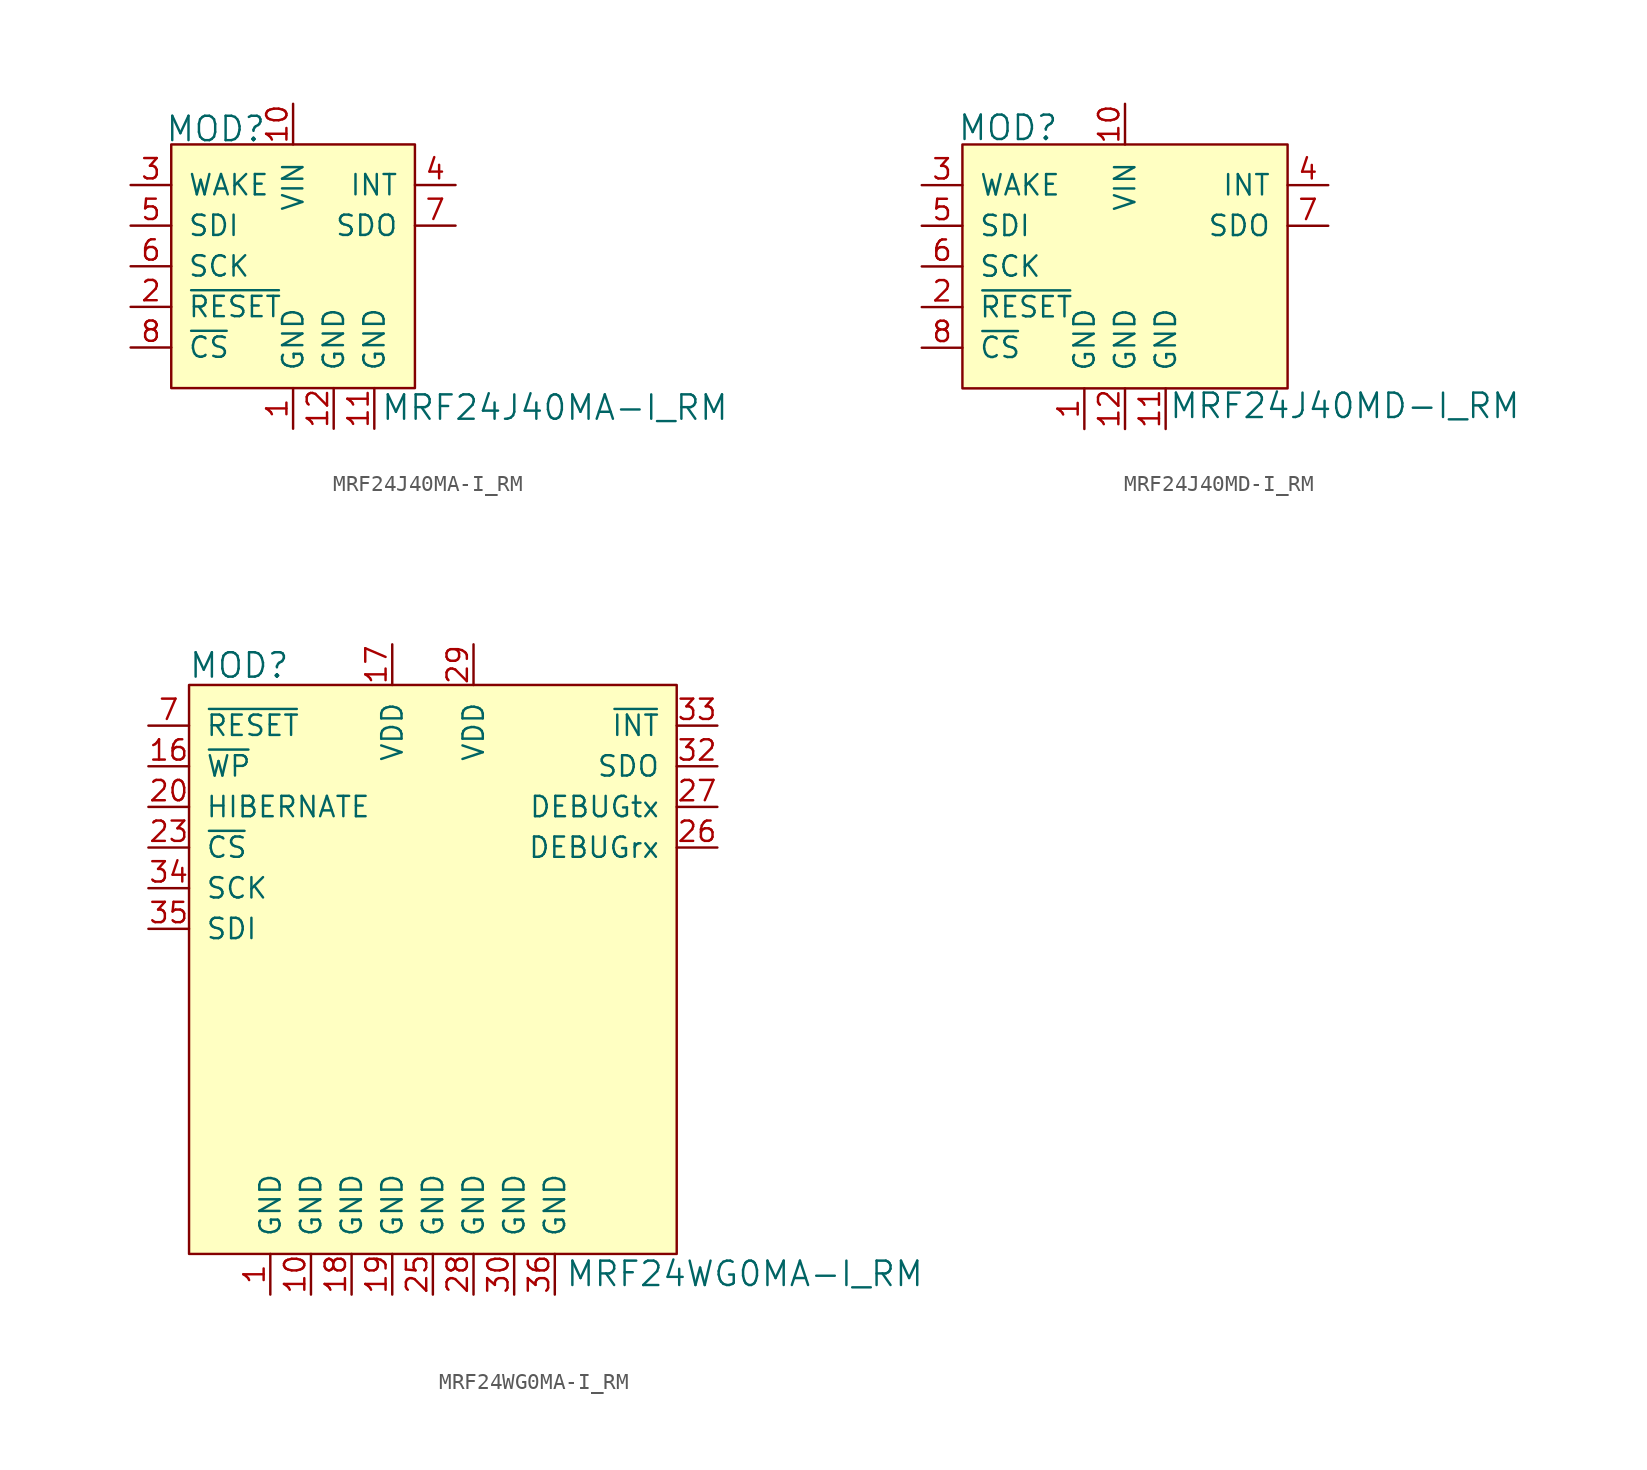
<source format=kicad_sym>
(kicad_symbol_lib
  (version 20201005)
  (generator kicad_symbol_editor)
  (symbol "MRF24J40MA-I_RM"
    (pin_names
      (offset 1.016))
    (property "Reference" "MOD"
      (at -1.651 8.585 0)
      (effects (font (size 1.524 1.524)) (justify right)))
    (property "Value" "MRF24J40MA-I_RM"
      (at 5.461 -8.839 0)
      (effects (font (size 1.524 1.524)) (justify left)))
    (symbol "MRF24J40MA-I_RM_0_1"
      (rectangle (start -7.62 7.62) (end 7.62 -7.62) (stroke (width 0)) (fill (type background))))
    (symbol "MRF24J40MA-I_RM_1_1"
      (pin power_in line (at 0 -10.16 90) (length 2.54) (name "GND" (effects (font (size 1.27 1.27)))) (number "1" (effects (font (size 1.27 1.27)))))
      (pin input line (at -10.16 -2.54 0) (length 2.54) (name "~RESET" (effects (font (size 1.27 1.27)))) (number "2" (effects (font (size 1.27 1.27)))))
      (pin input line (at -10.16 5.08 0) (length 2.54) (name "WAKE" (effects (font (size 1.27 1.27)))) (number "3" (effects (font (size 1.27 1.27)))))
      (pin output line (at 10.16 5.08 180) (length 2.54) (name "INT" (effects (font (size 1.27 1.27)))) (number "4" (effects (font (size 1.27 1.27)))))
      (pin input line (at -10.16 2.54 0) (length 2.54) (name "SDI" (effects (font (size 1.27 1.27)))) (number "5" (effects (font (size 1.27 1.27)))))
      (pin input line (at -10.16 0 0) (length 2.54) (name "SCK" (effects (font (size 1.27 1.27)))) (number "6" (effects (font (size 1.27 1.27)))))
      (pin output line (at 10.16 2.54 180) (length 2.54) (name "SDO" (effects (font (size 1.27 1.27)))) (number "7" (effects (font (size 1.27 1.27)))))
      (pin input line (at -10.16 -5.08 0) (length 2.54) (name "~CS" (effects (font (size 1.27 1.27)))) (number "8" (effects (font (size 1.27 1.27)))))
      (pin no_connect line (at 7.62 0 180) (length 2.54) hide (name "NC" (effects (font (size 1.27 1.27)))) (number "9" (effects (font (size 1.27 1.27)))))
      (pin power_in line (at 0 10.16 270) (length 2.54) (name "VIN" (effects (font (size 1.27 1.27)))) (number "10" (effects (font (size 1.27 1.27)))))
      (pin power_in line (at 5.08 -10.16 90) (length 2.54) (name "GND" (effects (font (size 1.27 1.27)))) (number "11" (effects (font (size 1.27 1.27)))))
      (pin power_in line (at 2.54 -10.16 90) (length 2.54) (name "GND" (effects (font (size 1.27 1.27)))) (number "12" (effects (font (size 1.27 1.27)))))))
  (symbol "MRF24J40MD-I_RM"
    (pin_names
      (offset 1.016))
    (property "Reference" "MOD"
      (at -10.49 8.661 0)
      (effects (font (size 1.524 1.524)) (justify left)))
    (property "Value" "MRF24J40MD-I_RM"
      (at 2.718 -8.712 0)
      (effects (font (size 1.524 1.524)) (justify left)))
    (symbol "MRF24J40MD-I_RM_0_1"
      (rectangle (start -10.16 7.62) (end 10.16 -7.62) (stroke (width 0)) (fill (type background))))
    (symbol "MRF24J40MD-I_RM_1_1"
      (pin power_in line (at -2.54 -10.16 90) (length 2.54) (name "GND" (effects (font (size 1.27 1.27)))) (number "1" (effects (font (size 1.27 1.27)))))
      (pin input line (at -12.7 -2.54 0) (length 2.54) (name "~RESET" (effects (font (size 1.27 1.27)))) (number "2" (effects (font (size 1.27 1.27)))))
      (pin input line (at -12.7 5.08 0) (length 2.54) (name "WAKE" (effects (font (size 1.27 1.27)))) (number "3" (effects (font (size 1.27 1.27)))))
      (pin output line (at 12.7 5.08 180) (length 2.54) (name "INT" (effects (font (size 1.27 1.27)))) (number "4" (effects (font (size 1.27 1.27)))))
      (pin input line (at -12.7 2.54 0) (length 2.54) (name "SDI" (effects (font (size 1.27 1.27)))) (number "5" (effects (font (size 1.27 1.27)))))
      (pin input line (at -12.7 0 0) (length 2.54) (name "SCK" (effects (font (size 1.27 1.27)))) (number "6" (effects (font (size 1.27 1.27)))))
      (pin output line (at 12.7 2.54 180) (length 2.54) (name "SDO" (effects (font (size 1.27 1.27)))) (number "7" (effects (font (size 1.27 1.27)))))
      (pin input line (at -12.7 -5.08 0) (length 2.54) (name "~CS" (effects (font (size 1.27 1.27)))) (number "8" (effects (font (size 1.27 1.27)))))
      (pin no_connect line (at 10.16 0 180) (length 2.54) hide (name "NC" (effects (font (size 1.27 1.27)))) (number "9" (effects (font (size 1.27 1.27)))))
      (pin power_in line (at 0 10.16 270) (length 2.54) (name "VIN" (effects (font (size 1.27 1.27)))) (number "10" (effects (font (size 1.27 1.27)))))
      (pin power_in line (at 2.54 -10.16 90) (length 2.54) (name "GND" (effects (font (size 1.27 1.27)))) (number "11" (effects (font (size 1.27 1.27)))))
      (pin power_in line (at 0 -10.16 90) (length 2.54) (name "GND" (effects (font (size 1.27 1.27)))) (number "12" (effects (font (size 1.27 1.27)))))))
  (symbol "MRF24WG0MA-I_RM"
    (pin_names
      (offset 1.016))
    (property "Reference" "MOD"
      (at -15.291 18.999 0)
      (effects (font (size 1.524 1.524)) (justify left)))
    (property "Value" "MRF24WG0MA-I_RM"
      (at 8.255 -19.025 0)
      (effects (font (size 1.524 1.524)) (justify left)))
    (symbol "MRF24WG0MA-I_RM_0_1"
      (rectangle (start -15.24 17.78) (end 15.24 -17.78) (stroke (width 0)) (fill (type background))))
    (symbol "MRF24WG0MA-I_RM_1_1"
      (pin power_in line (at -10.16 -20.32 90) (length 2.54) (name "GND" (effects (font (size 1.27 1.27)))) (number "1" (effects (font (size 1.27 1.27)))))
      (pin no_connect line (at -15.24 0 0) (length 2.54) hide (name "N.C." (effects (font (size 1.27 1.27)))) (number "2" (effects (font (size 1.27 1.27)))))
      (pin no_connect line (at -15.24 -2.54 0) (length 2.54) hide (name "N.C." (effects (font (size 1.27 1.27)))) (number "3" (effects (font (size 1.27 1.27)))))
      (pin no_connect line (at -15.24 -5.08 0) (length 2.54) hide (name "N.C." (effects (font (size 1.27 1.27)))) (number "4" (effects (font (size 1.27 1.27)))))
      (pin no_connect line (at -15.24 -7.62 0) (length 2.54) hide (name "N.C." (effects (font (size 1.27 1.27)))) (number "5" (effects (font (size 1.27 1.27)))))
      (pin no_connect line (at -15.24 -10.16 0) (length 2.54) hide (name "N.C." (effects (font (size 1.27 1.27)))) (number "6" (effects (font (size 1.27 1.27)))))
      (pin input line (at -17.78 15.24 0) (length 2.54) (name "~RESET" (effects (font (size 1.27 1.27)))) (number "7" (effects (font (size 1.27 1.27)))))
      (pin no_connect line (at -15.24 -12.7 0) (length 2.54) hide (name "N.C." (effects (font (size 1.27 1.27)))) (number "8" (effects (font (size 1.27 1.27)))))
      (pin no_connect line (at -15.24 -15.24 0) (length 2.54) hide (name "N.C." (effects (font (size 1.27 1.27)))) (number "9" (effects (font (size 1.27 1.27)))))
      (pin power_in line (at -7.62 -20.32 90) (length 2.54) (name "GND" (effects (font (size 1.27 1.27)))) (number "10" (effects (font (size 1.27 1.27)))))
      (pin input line (at -17.78 10.16 0) (length 2.54) (name "HIBERNATE" (effects (font (size 1.27 1.27)))) (number "20" (effects (font (size 1.27 1.27)))))
      (pin power_in line (at 5.08 -20.32 90) (length 2.54) (name "GND" (effects (font (size 1.27 1.27)))) (number "30" (effects (font (size 1.27 1.27)))))
      (pin no_connect line (at 15.24 5.08 180) (length 2.54) hide (name "N.C." (effects (font (size 1.27 1.27)))) (number "11" (effects (font (size 1.27 1.27)))))
      (pin no_connect line (at 15.24 -15.24 180) (length 2.54) hide (name "N.C." (effects (font (size 1.27 1.27)))) (number "21" (effects (font (size 1.27 1.27)))))
      (pin no_connect line (at 15.24 -7.62 180) (length 2.54) hide (name "N.C." (effects (font (size 1.27 1.27)))) (number "31" (effects (font (size 1.27 1.27)))))
      (pin no_connect line (at 15.24 2.54 180) (length 2.54) hide (name "N.C." (effects (font (size 1.27 1.27)))) (number "12" (effects (font (size 1.27 1.27)))))
      (pin no_connect line (at 15.24 -12.7 180) (length 2.54) hide (name "N.C." (effects (font (size 1.27 1.27)))) (number "22" (effects (font (size 1.27 1.27)))))
      (pin output line (at 17.78 12.7 180) (length 2.54) (name "SDO" (effects (font (size 1.27 1.27)))) (number "32" (effects (font (size 1.27 1.27)))))
      (pin no_connect line (at 15.24 0 180) (length 2.54) hide (name "N.C." (effects (font (size 1.27 1.27)))) (number "13" (effects (font (size 1.27 1.27)))))
      (pin input line (at -17.78 7.62 0) (length 2.54) (name "~CS" (effects (font (size 1.27 1.27)))) (number "23" (effects (font (size 1.27 1.27)))))
      (pin output line (at 17.78 15.24 180) (length 2.54) (name "~INT" (effects (font (size 1.27 1.27)))) (number "33" (effects (font (size 1.27 1.27)))))
      (pin no_connect line (at 15.24 -2.54 180) (length 2.54) hide (name "N.C." (effects (font (size 1.27 1.27)))) (number "14" (effects (font (size 1.27 1.27)))))
      (pin no_connect line (at 15.24 -10.16 180) (length 2.54) hide (name "N.C." (effects (font (size 1.27 1.27)))) (number "24" (effects (font (size 1.27 1.27)))))
      (pin input line (at -17.78 5.08 0) (length 2.54) (name "SCK" (effects (font (size 1.27 1.27)))) (number "34" (effects (font (size 1.27 1.27)))))
      (pin no_connect line (at 15.24 -5.08 180) (length 2.54) hide (name "N.C." (effects (font (size 1.27 1.27)))) (number "15" (effects (font (size 1.27 1.27)))))
      (pin power_in line (at 0 -20.32 90) (length 2.54) (name "GND" (effects (font (size 1.27 1.27)))) (number "25" (effects (font (size 1.27 1.27)))))
      (pin input line (at -17.78 2.54 0) (length 2.54) (name "SDI" (effects (font (size 1.27 1.27)))) (number "35" (effects (font (size 1.27 1.27)))))
      (pin input line (at -17.78 12.7 0) (length 2.54) (name "~WP" (effects (font (size 1.27 1.27)))) (number "16" (effects (font (size 1.27 1.27)))))
      (pin input line (at 17.78 7.62 180) (length 2.54) (name "DEBUGrx" (effects (font (size 1.27 1.27)))) (number "26" (effects (font (size 1.27 1.27)))))
      (pin power_in line (at 7.62 -20.32 90) (length 2.54) (name "GND" (effects (font (size 1.27 1.27)))) (number "36" (effects (font (size 1.27 1.27)))))
      (pin power_in line (at -2.54 20.32 270) (length 2.54) (name "VDD" (effects (font (size 1.27 1.27)))) (number "17" (effects (font (size 1.27 1.27)))))
      (pin output line (at 17.78 10.16 180) (length 2.54) (name "DEBUGtx" (effects (font (size 1.27 1.27)))) (number "27" (effects (font (size 1.27 1.27)))))
      (pin power_in line (at -5.08 -20.32 90) (length 2.54) (name "GND" (effects (font (size 1.27 1.27)))) (number "18" (effects (font (size 1.27 1.27)))))
      (pin power_in line (at 2.54 -20.32 90) (length 2.54) (name "GND" (effects (font (size 1.27 1.27)))) (number "28" (effects (font (size 1.27 1.27)))))
      (pin power_in line (at -2.54 -20.32 90) (length 2.54) (name "GND" (effects (font (size 1.27 1.27)))) (number "19" (effects (font (size 1.27 1.27)))))
      (pin power_in line (at 2.54 20.32 270) (length 2.54) (name "VDD" (effects (font (size 1.27 1.27)))) (number "29" (effects (font (size 1.27 1.27))))))))
</source>
